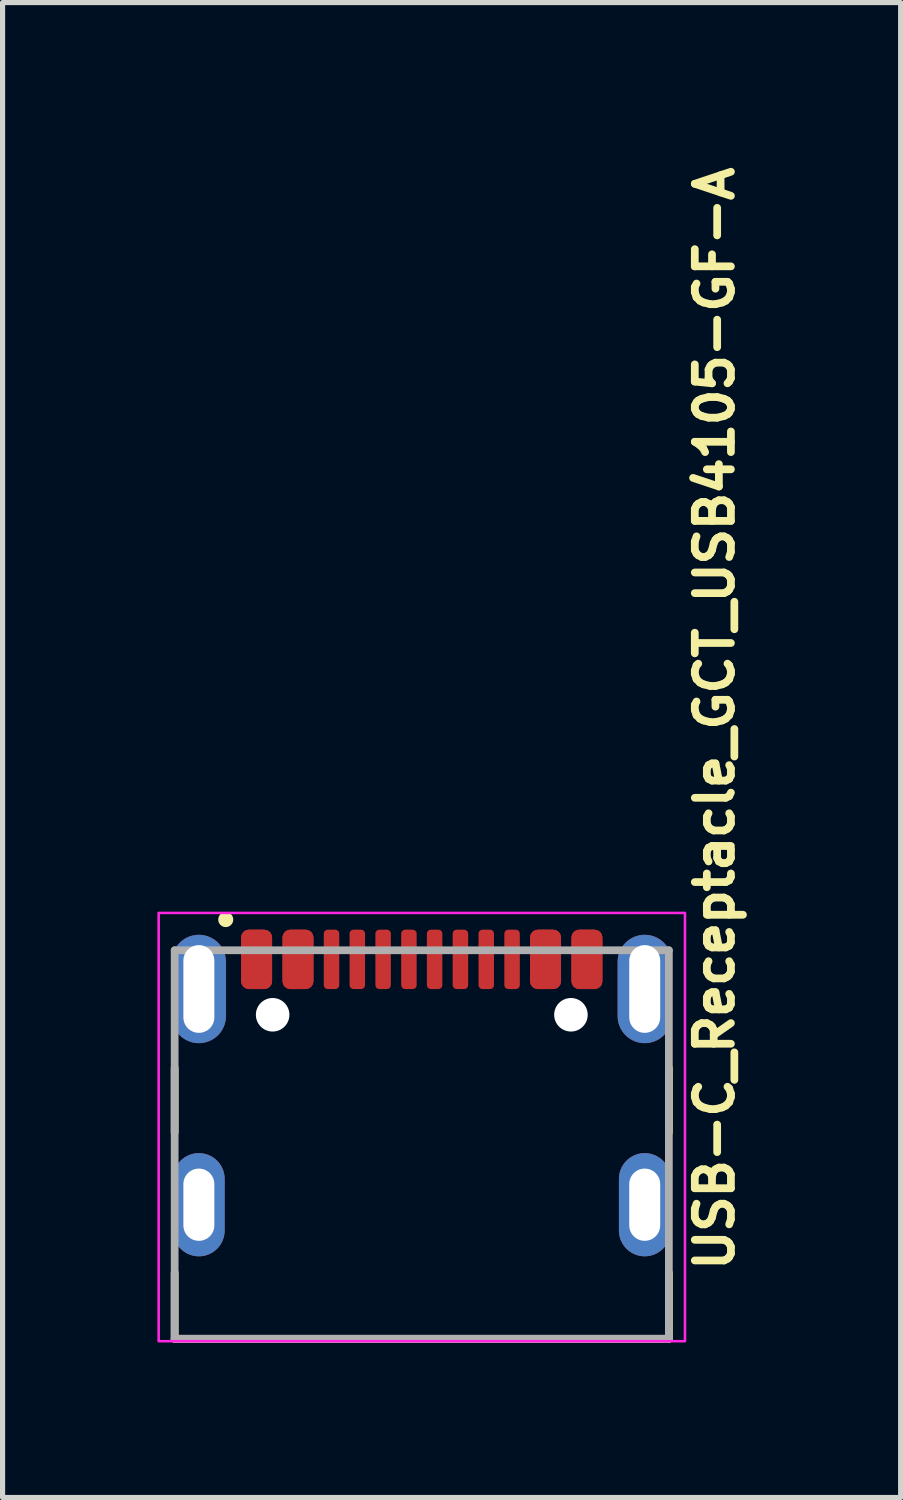
<source format=kicad_pcb>
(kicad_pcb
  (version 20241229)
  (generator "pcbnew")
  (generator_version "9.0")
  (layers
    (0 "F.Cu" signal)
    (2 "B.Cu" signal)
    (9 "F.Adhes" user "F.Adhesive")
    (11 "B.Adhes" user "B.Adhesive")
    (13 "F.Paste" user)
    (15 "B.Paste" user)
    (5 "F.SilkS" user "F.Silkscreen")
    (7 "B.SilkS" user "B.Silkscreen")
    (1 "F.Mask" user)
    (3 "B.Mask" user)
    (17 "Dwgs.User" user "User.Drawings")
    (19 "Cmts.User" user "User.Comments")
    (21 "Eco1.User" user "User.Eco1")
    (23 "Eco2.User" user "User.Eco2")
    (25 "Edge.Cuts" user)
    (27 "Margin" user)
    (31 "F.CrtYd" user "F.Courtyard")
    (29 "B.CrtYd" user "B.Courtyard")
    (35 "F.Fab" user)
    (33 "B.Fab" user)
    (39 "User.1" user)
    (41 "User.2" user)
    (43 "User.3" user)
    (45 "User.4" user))
  (footprint "USB-C_Receptacle_GCT_USB4105-GF-A"
    (layer "F.Cu")
    (at 5.125 19.043)
    (property "Reference" "USB-C_Receptacle_GCT_USB4105-GF-A" (at 6.084 2.601 90) (layer "F.SilkS") (effects (font (size 0.7 0.7) (thickness 0.15)) (justify left bottom)))
    (attr smd)
    (fp_line (start -4.79 -1.395) (end -4.79 -0.145) (stroke (width 0.15) (type solid)) (layer "F.SilkS"))
    (fp_line (start -4.79 2.575) (end -4.79 3.854) (stroke (width 0.15) (type solid)) (layer "F.SilkS"))
    (fp_line (start -4.79 3.854) (end 4.788 3.854) (stroke (width 0.15) (type solid)) (layer "F.SilkS"))
    (fp_line (start 4.788 -1.395) (end 4.788 -0.145) (stroke (width 0.15) (type solid)) (layer "F.SilkS"))
    (fp_line (start 4.788 3.854) (end 4.788 2.575) (stroke (width 0.15) (type solid)) (layer "F.SilkS"))
    (fp_circle (center -3.8 -4.271) (end -3.75 -4.221) (stroke (width 0.15) (type solid)) (fill yes) (layer "F.SilkS"))
    (fp_rect (start -5.1 -4.4) (end 5.1 3.9) (stroke (width 0.05) (type solid)) (fill no) (layer "F.CrtYd"))
    (fp_line (start -4.79 -3.676) (end 4.788 -3.676) (stroke (width 0.15) (type solid)) (layer "F.Fab"))
    (fp_line (start -4.79 3.854) (end -4.79 -3.676) (stroke (width 0.15) (type solid)) (layer "F.Fab"))
    (fp_line (start -4.702 3.854) (end 4.788 3.854) (stroke (width 0.15) (type solid)) (layer "F.Fab"))
    (fp_line (start 4.788 -3.676) (end 4.788 3.854) (stroke (width 0.15) (type solid)) (layer "F.Fab"))
    (fp_line (start 4.788 3.854) (end -4.79 3.854) (stroke (width 0.15) (type solid)) (layer "F.Fab"))
    (fp_rect (start -4.79 -3.856) (end 4.788 3.854) (stroke (width 0.1) (type solid)) (fill no) (layer "User.5"))
    (fp_line (start -4.79 -3.25) (end -4.79 -3.226) (stroke (width 0.02) (type solid)) (layer "User.9"))
    (fp_line (start -4.79 -3.226) (end -4.79 -2.077) (stroke (width 0.02) (type solid)) (layer "User.9"))
    (fp_line (start -4.79 -1.875) (end -4.79 -2.077) (stroke (width 0.02) (type solid)) (layer "User.9"))
    (fp_line (start -4.789 -3.273) (end -4.79 -3.25) (stroke (width 0.02) (type solid)) (layer "User.9"))
    (fp_line (start -4.786 -3.294) (end -4.789 -3.273) (stroke (width 0.02) (type solid)) (layer "User.9"))
    (fp_line (start -4.781 -3.317) (end -4.786 -3.294) (stroke (width 0.02) (type solid)) (layer "User.9"))
    (fp_line (start -4.776 -3.339) (end -4.781 -3.317) (stroke (width 0.02) (type solid)) (layer "User.9"))
    (fp_line (start -4.771 -3.359) (end -4.776 -3.339) (stroke (width 0.02) (type solid)) (layer "User.9"))
    (fp_line (start -4.763 -3.38) (end -4.771 -3.359) (stroke (width 0.02) (type solid)) (layer "User.9"))
    (fp_line (start -4.755 -3.402) (end -4.763 -3.38) (stroke (width 0.02) (type solid)) (layer "User.9"))
    (fp_line (start -4.747 -3.422) (end -4.755 -3.402) (stroke (width 0.02) (type solid)) (layer "User.9"))
    (fp_line (start -4.736 -3.44) (end -4.747 -3.422) (stroke (width 0.02) (type solid)) (layer "User.9"))
    (fp_line (start -4.726 -3.46) (end -4.736 -3.44) (stroke (width 0.02) (type solid)) (layer "User.9"))
    (fp_line (start -4.715 -3.477) (end -4.726 -3.46) (stroke (width 0.02) (type solid)) (layer "User.9"))
    (fp_line (start -4.702 -3.496) (end -4.715 -3.477) (stroke (width 0.02) (type solid)) (layer "User.9"))
    (fp_line (start -4.688 -3.512) (end -4.702 -3.496) (stroke (width 0.02) (type solid)) (layer "User.9"))
    (fp_line (start -4.675 -3.528) (end -4.688 -3.512) (stroke (width 0.02) (type solid)) (layer "User.9"))
    (fp_line (start -4.659 -3.544) (end -4.675 -3.528) (stroke (width 0.02) (type solid)) (layer "User.9"))
    (fp_line (start -4.643 -3.56) (end -4.659 -3.544) (stroke (width 0.02) (type solid)) (layer "User.9"))
    (fp_line (start -4.64 -1.875) (end -4.79 -1.875) (stroke (width 0.02) (type solid)) (layer "User.9"))
    (fp_line (start -4.64 -1.875) (end -4.6 -1.917) (stroke (width 0.02) (type solid)) (layer "User.9"))
    (fp_line (start -4.627 -3.573) (end -4.643 -3.56) (stroke (width 0.02) (type solid)) (layer "User.9"))
    (fp_line (start -4.611 -3.586) (end -4.627 -3.573) (stroke (width 0.02) (type solid)) (layer "User.9"))
    (fp_line (start -4.6 -1.917) (end -4.6 -1.917) (stroke (width 0.02) (type solid)) (layer "User.9"))
    (fp_line (start -4.6 -1.917) (end -4.491 -2.025) (stroke (width 0.02) (type solid)) (layer "User.9"))
    (fp_line (start -4.593 -3.6) (end -4.611 -3.586) (stroke (width 0.02) (type solid)) (layer "User.9"))
    (fp_line (start -4.574 -3.61) (end -4.593 -3.6) (stroke (width 0.02) (type solid)) (layer "User.9"))
    (fp_line (start -4.555 -3.621) (end -4.574 -3.61) (stroke (width 0.02) (type solid)) (layer "User.9"))
    (fp_line (start -4.537 -3.632) (end -4.555 -3.621) (stroke (width 0.02) (type solid)) (layer "User.9"))
    (fp_line (start -4.516 -3.641) (end -4.537 -3.632) (stroke (width 0.02) (type solid)) (layer "User.9"))
    (fp_line (start -4.496 -3.649) (end -4.516 -3.641) (stroke (width 0.02) (type solid)) (layer "User.9"))
    (fp_line (start -4.491 -3.242) (end -4.491 -3.234) (stroke (width 0.02) (type solid)) (layer "User.9"))
    (fp_line (start -4.491 -3.234) (end -4.491 -3.226) (stroke (width 0.02) (type solid)) (layer "User.9"))
    (fp_line (start -4.491 -3.226) (end -4.491 -2.077) (stroke (width 0.02) (type solid)) (layer "User.9"))
    (fp_line (start -4.491 -2.327) (end -4.47 -2.327) (stroke (width 0.02) (type solid)) (layer "User.9"))
    (fp_line (start -4.491 -2.025) (end -4.491 -2.077) (stroke (width 0.02) (type solid)) (layer "User.9"))
    (fp_line (start -4.489 -3.249) (end -4.491 -3.242) (stroke (width 0.02) (type solid)) (layer "User.9"))
    (fp_line (start -4.488 -3.257) (end -4.489 -3.249) (stroke (width 0.02) (type solid)) (layer "User.9"))
    (fp_line (start -4.486 -3.263) (end -4.488 -3.257) (stroke (width 0.02) (type solid)) (layer "User.9"))
    (fp_line (start -4.484 -3.27) (end -4.486 -3.263) (stroke (width 0.02) (type solid)) (layer "User.9"))
    (fp_line (start -4.481 -3.278) (end -4.484 -3.27) (stroke (width 0.02) (type solid)) (layer "User.9"))
    (fp_line (start -4.479 -3.285) (end -4.481 -3.278) (stroke (width 0.02) (type solid)) (layer "User.9"))
    (fp_line (start -4.476 -3.291) (end -4.479 -3.285) (stroke (width 0.02) (type solid)) (layer "User.9"))
    (fp_line (start -4.475 -3.656) (end -4.496 -3.649) (stroke (width 0.02) (type solid)) (layer "User.9"))
    (fp_line (start -4.473 -3.298) (end -4.476 -3.291) (stroke (width 0.02) (type solid)) (layer "User.9"))
    (fp_line (start -4.47 -3.303) (end -4.473 -3.298) (stroke (width 0.02) (type solid)) (layer "User.9"))
    (fp_line (start -4.47 -3.176) (end -4.47 -3.301) (stroke (width 0.02) (type solid)) (layer "User.9"))
    (fp_line (start -4.47 -3.176) (end -4.47 -3.125) (stroke (width 0.02) (type solid)) (layer "User.9"))
    (fp_line (start -4.47 -3.125) (end -4.47 3.854) (stroke (width 0.02) (type solid)) (layer "User.9"))
    (fp_line (start -4.47 -2.952) (end -4.491 -2.923) (stroke (width 0.02) (type solid)) (layer "User.9"))
    (fp_line (start -4.465 -3.31) (end -4.47 -3.303) (stroke (width 0.02) (type solid)) (layer "User.9"))
    (fp_line (start -4.462 -3.315) (end -4.465 -3.31) (stroke (width 0.02) (type solid)) (layer "User.9"))
    (fp_line (start -4.462 -3.125) (end -4.47 -3.125) (stroke (width 0.02) (type solid)) (layer "User.9"))
    (fp_line (start -4.462 -3.125) (end -4.462 -3.125) (stroke (width 0.02) (type solid)) (layer "User.9"))
    (fp_line (start -4.462 3.854) (end -4.47 3.854) (stroke (width 0.02) (type solid)) (layer "User.9"))
    (fp_line (start -4.462 3.854) (end -4.462 3.854) (stroke (width 0.02) (type solid)) (layer "User.9"))
    (fp_line (start -4.457 -3.322) (end -4.462 -3.315) (stroke (width 0.02) (type solid)) (layer "User.9"))
    (fp_line (start -4.454 -3.661) (end -4.475 -3.656) (stroke (width 0.02) (type solid)) (layer "User.9"))
    (fp_line (start -4.452 -3.326) (end -4.457 -3.322) (stroke (width 0.02) (type solid)) (layer "User.9"))
    (fp_line (start -4.447 -3.332) (end -4.452 -3.326) (stroke (width 0.02) (type solid)) (layer "User.9"))
    (fp_line (start -4.441 -3.338) (end -4.447 -3.332) (stroke (width 0.02) (type solid)) (layer "User.9"))
    (fp_line (start -4.438 -3.125) (end -4.462 -3.125) (stroke (width 0.02) (type solid)) (layer "User.9"))
    (fp_line (start -4.438 -3.125) (end -4.438 -3.125) (stroke (width 0.02) (type solid)) (layer "User.9"))
    (fp_line (start -4.438 3.854) (end -4.462 3.854) (stroke (width 0.02) (type solid)) (layer "User.9"))
    (fp_line (start -4.438 3.854) (end -4.438 3.854) (stroke (width 0.02) (type solid)) (layer "User.9"))
    (fp_line (start -4.436 -3.342) (end -4.441 -3.338) (stroke (width 0.02) (type solid)) (layer "User.9"))
    (fp_line (start -4.431 -3.666) (end -4.454 -3.661) (stroke (width 0.02) (type solid)) (layer "User.9"))
    (fp_line (start -4.43 -3.347) (end -4.436 -3.342) (stroke (width 0.02) (type solid)) (layer "User.9"))
    (fp_line (start -4.425 -3.351) (end -4.43 -3.347) (stroke (width 0.02) (type solid)) (layer "User.9"))
    (fp_line (start -4.419 -3.355) (end -4.425 -3.351) (stroke (width 0.02) (type solid)) (layer "User.9"))
    (fp_line (start -4.412 -3.358) (end -4.419 -3.355) (stroke (width 0.02) (type solid)) (layer "User.9"))
    (fp_line (start -4.409 -3.67) (end -4.431 -3.666) (stroke (width 0.02) (type solid)) (layer "User.9"))
    (fp_line (start -4.406 -3.362) (end -4.412 -3.358) (stroke (width 0.02) (type solid)) (layer "User.9"))
    (fp_line (start -4.399 -3.364) (end -4.406 -3.362) (stroke (width 0.02) (type solid)) (layer "User.9"))
    (fp_line (start -4.399 -3.125) (end -4.438 -3.125) (stroke (width 0.02) (type solid)) (layer "User.9"))
    (fp_line (start -4.399 -3.125) (end -4.399 -3.125) (stroke (width 0.02) (type solid)) (layer "User.9"))
    (fp_line (start -4.399 3.854) (end -4.438 3.854) (stroke (width 0.02) (type solid)) (layer "User.9"))
    (fp_line (start -4.399 3.854) (end -4.399 3.854) (stroke (width 0.02) (type solid)) (layer "User.9"))
    (fp_line (start -4.393 -3.367) (end -4.399 -3.364) (stroke (width 0.02) (type solid)) (layer "User.9"))
    (fp_line (start -4.388 -3.673) (end -4.409 -3.67) (stroke (width 0.02) (type solid)) (layer "User.9"))
    (fp_line (start -4.385 -3.37) (end -4.393 -3.367) (stroke (width 0.02) (type solid)) (layer "User.9"))
    (fp_line (start -4.379 -3.371) (end -4.385 -3.37) (stroke (width 0.02) (type solid)) (layer "User.9"))
    (fp_line (start -4.372 -3.372) (end -4.379 -3.371) (stroke (width 0.02) (type solid)) (layer "User.9"))
    (fp_line (start -4.364 -3.676) (end -4.388 -3.673) (stroke (width 0.02) (type solid)) (layer "User.9"))
    (fp_line (start -4.364 -3.375) (end -4.372 -3.372) (stroke (width 0.02) (type solid)) (layer "User.9"))
    (fp_line (start -4.363 -3.285) (end -4.47 -3.176) (stroke (width 0.02) (type solid)) (layer "User.9"))
    (fp_line (start -4.363 -3.285) (end -4.363 -3.285) (stroke (width 0.02) (type solid)) (layer "User.9"))
    (fp_line (start -4.356 -3.375) (end -4.364 -3.375) (stroke (width 0.02) (type solid)) (layer "User.9"))
    (fp_line (start -4.348 -3.375) (end -4.356 -3.375) (stroke (width 0.02) (type solid)) (layer "User.9"))
    (fp_line (start -4.345 -3.125) (end -4.399 -3.125) (stroke (width 0.02) (type solid)) (layer "User.9"))
    (fp_line (start -4.345 -3.125) (end -4.345 -3.125) (stroke (width 0.02) (type solid)) (layer "User.9"))
    (fp_line (start -4.345 3.854) (end -4.399 3.854) (stroke (width 0.02) (type solid)) (layer "User.9"))
    (fp_line (start -4.345 3.854) (end -4.345 3.854) (stroke (width 0.02) (type solid)) (layer "User.9"))
    (fp_line (start -4.34 -3.676) (end -4.364 -3.676) (stroke (width 0.02) (type solid)) (layer "User.9"))
    (fp_line (start -4.34 -3.676) (end -4.321 -3.676) (stroke (width 0.02) (type solid)) (layer "User.9"))
    (fp_line (start -4.34 -3.375) (end -4.348 -3.375) (stroke (width 0.02) (type solid)) (layer "User.9"))
    (fp_line (start -4.34 -3.375) (end -4.321 -3.375) (stroke (width 0.02) (type solid)) (layer "User.9"))
    (fp_line (start -4.321 -3.676) (end -4.314 -3.676) (stroke (width 0.02) (type solid)) (layer "User.9"))
    (fp_line (start -4.321 -3.375) (end -4.321 -3.676) (stroke (width 0.02) (type solid)) (layer "User.9"))
    (fp_line (start -4.321 -3.375) (end -4.321 -3.326) (stroke (width 0.02) (type solid)) (layer "User.9"))
    (fp_line (start -4.321 -3.375) (end -4.314 -3.375) (stroke (width 0.02) (type solid)) (layer "User.9"))
    (fp_line (start -4.321 -3.326) (end -4.363 -3.285) (stroke (width 0.02) (type solid)) (layer "User.9"))
    (fp_line (start -4.314 -3.676) (end -4.314 -3.676) (stroke (width 0.02) (type solid)) (layer "User.9"))
    (fp_line (start -4.314 -3.676) (end -4.297 -3.676) (stroke (width 0.02) (type solid)) (layer "User.9"))
    (fp_line (start -4.314 -3.375) (end -4.314 -3.375) (stroke (width 0.02) (type solid)) (layer "User.9"))
    (fp_line (start -4.314 -3.375) (end -4.297 -3.375) (stroke (width 0.02) (type solid)) (layer "User.9"))
    (fp_line (start -4.297 -3.676) (end -4.297 -3.676) (stroke (width 0.02) (type solid)) (layer "User.9"))
    (fp_line (start -4.297 -3.676) (end -4.268 -3.676) (stroke (width 0.02) (type solid)) (layer "User.9"))
    (fp_line (start -4.297 -3.375) (end -4.297 -3.375) (stroke (width 0.02) (type solid)) (layer "User.9"))
    (fp_line (start -4.297 -3.375) (end -4.268 -3.375) (stroke (width 0.02) (type solid)) (layer "User.9"))
    (fp_line (start -4.274 -3.125) (end -4.345 -3.125) (stroke (width 0.02) (type solid)) (layer "User.9"))
    (fp_line (start -4.274 -3.125) (end -4.274 -3.125) (stroke (width 0.02) (type solid)) (layer "User.9"))
    (fp_line (start -4.274 3.854) (end -4.345 3.854) (stroke (width 0.02) (type solid)) (layer "User.9"))
    (fp_line (start -4.274 3.854) (end -4.274 3.854) (stroke (width 0.02) (type solid)) (layer "User.9"))
    (fp_line (start -4.268 -3.676) (end -4.268 -3.676) (stroke (width 0.02) (type solid)) (layer "User.9"))
    (fp_line (start -4.268 -3.676) (end -4.225 -3.676) (stroke (width 0.02) (type solid)) (layer "User.9"))
    (fp_line (start -4.268 -3.375) (end -4.268 -3.375) (stroke (width 0.02) (type solid)) (layer "User.9"))
    (fp_line (start -4.268 -3.375) (end -4.225 -3.375) (stroke (width 0.02) (type solid)) (layer "User.9"))
    (fp_line (start -4.225 -3.676) (end -4.225 -3.676) (stroke (width 0.02) (type solid)) (layer "User.9"))
    (fp_line (start -4.225 -3.676) (end -4.173 -3.676) (stroke (width 0.02) (type solid)) (layer "User.9"))
    (fp_line (start -4.225 -3.375) (end -4.225 -3.375) (stroke (width 0.02) (type solid)) (layer "User.9"))
    (fp_line (start -4.225 -3.375) (end -4.173 -3.375) (stroke (width 0.02) (type solid)) (layer "User.9"))
    (fp_line (start -4.191 -3.125) (end -4.274 -3.125) (stroke (width 0.02) (type solid)) (layer "User.9"))
    (fp_line (start -4.191 -3.125) (end -4.191 -3.125) (stroke (width 0.02) (type solid)) (layer "User.9"))
    (fp_line (start -4.191 3.854) (end -4.274 3.854) (stroke (width 0.02) (type solid)) (layer "User.9"))
    (fp_line (start -4.191 3.854) (end -4.191 3.854) (stroke (width 0.02) (type solid)) (layer "User.9"))
    (fp_line (start -4.173 -3.676) (end -4.173 -3.676) (stroke (width 0.02) (type solid)) (layer "User.9"))
    (fp_line (start -4.173 -3.676) (end -4.111 -3.676) (stroke (width 0.02) (type solid)) (layer "User.9"))
    (fp_line (start -4.173 -3.375) (end -4.173 -3.375) (stroke (width 0.02) (type solid)) (layer "User.9"))
    (fp_line (start -4.173 -3.375) (end -4.111 -3.375) (stroke (width 0.02) (type solid)) (layer "User.9"))
    (fp_line (start -4.17 -3.375) (end -4.17 -3.326) (stroke (width 0.02) (type solid)) (layer "User.9"))
    (fp_line (start -4.17 -3.326) (end -4.321 -3.326) (stroke (width 0.02) (type solid)) (layer "User.9"))
    (fp_line (start -4.17 -3.326) (end -4.17 -3.176) (stroke (width 0.02) (type solid)) (layer "User.9"))
    (fp_line (start -4.17 -3.176) (end -3.972 -3.375) (stroke (width 0.02) (type solid)) (layer "User.9"))
    (fp_line (start -4.17 -3.125) (end -4.17 -3.176) (stroke (width 0.02) (type solid)) (layer "User.9"))
    (fp_line (start -4.164 -3.176) (end -4.17 -3.176) (stroke (width 0.02) (type solid)) (layer "User.9"))
    (fp_line (start -4.164 -3.176) (end -4.164 -3.176) (stroke (width 0.02) (type solid)) (layer "User.9"))
    (fp_line (start -4.146 -3.176) (end -4.164 -3.176) (stroke (width 0.02) (type solid)) (layer "User.9"))
    (fp_line (start -4.146 -3.176) (end -4.146 -3.176) (stroke (width 0.02) (type solid)) (layer "User.9"))
    (fp_line (start -4.116 -3.176) (end -4.146 -3.176) (stroke (width 0.02) (type solid)) (layer "User.9"))
    (fp_line (start -4.116 -3.176) (end -4.116 -3.176) (stroke (width 0.02) (type solid)) (layer "User.9"))
    (fp_line (start -4.111 -3.676) (end -4.111 -3.676) (stroke (width 0.02) (type solid)) (layer "User.9"))
    (fp_line (start -4.111 -3.676) (end -4.037 -3.676) (stroke (width 0.02) (type solid)) (layer "User.9"))
    (fp_line (start -4.111 -3.375) (end -4.111 -3.375) (stroke (width 0.02) (type solid)) (layer "User.9"))
    (fp_line (start -4.111 -3.375) (end -4.037 -3.375) (stroke (width 0.02) (type solid)) (layer "User.9"))
    (fp_line (start -4.096 -3.125) (end -4.191 -3.125) (stroke (width 0.02) (type solid)) (layer "User.9"))
    (fp_line (start -4.096 -3.125) (end -4.096 -3.125) (stroke (width 0.02) (type solid)) (layer "User.9"))
    (fp_line (start -4.096 3.854) (end -4.191 3.854) (stroke (width 0.02) (type solid)) (layer "User.9"))
    (fp_line (start -4.096 3.854) (end -4.096 3.854) (stroke (width 0.02) (type solid)) (layer "User.9"))
    (fp_line (start -4.074 -3.176) (end -4.116 -3.176) (stroke (width 0.02) (type solid)) (layer "User.9"))
    (fp_line (start -4.074 -3.176) (end -4.074 -3.176) (stroke (width 0.02) (type solid)) (layer "User.9"))
    (fp_line (start -4.037 -3.676) (end -4.037 -3.676) (stroke (width 0.02) (type solid)) (layer "User.9"))
    (fp_line (start -4.037 -3.676) (end -3.955 -3.676) (stroke (width 0.02) (type solid)) (layer "User.9"))
    (fp_line (start -4.037 -3.375) (end -4.037 -3.375) (stroke (width 0.02) (type solid)) (layer "User.9"))
    (fp_line (start -4.037 -3.375) (end -3.955 -3.375) (stroke (width 0.02) (type solid)) (layer "User.9"))
    (fp_line (start -4.021 -3.176) (end -4.074 -3.176) (stroke (width 0.02) (type solid)) (layer "User.9"))
    (fp_line (start -4.021 -3.176) (end -4.021 -3.176) (stroke (width 0.02) (type solid)) (layer "User.9"))
    (fp_line (start -3.989 -3.125) (end -4.096 -3.125) (stroke (width 0.02) (type solid)) (layer "User.9"))
    (fp_line (start -3.989 -3.125) (end -3.989 -3.125) (stroke (width 0.02) (type solid)) (layer "User.9"))
    (fp_line (start -3.989 3.854) (end -4.096 3.854) (stroke (width 0.02) (type solid)) (layer "User.9"))
    (fp_line (start -3.989 3.854) (end -3.989 3.854) (stroke (width 0.02) (type solid)) (layer "User.9"))
    (fp_line (start -3.958 -3.176) (end -4.021 -3.176) (stroke (width 0.02) (type solid)) (layer "User.9"))
    (fp_line (start -3.958 -3.176) (end -3.958 -3.176) (stroke (width 0.02) (type solid)) (layer "User.9"))
    (fp_line (start -3.955 -3.676) (end -3.955 -3.676) (stroke (width 0.02) (type solid)) (layer "User.9"))
    (fp_line (start -3.955 -3.676) (end -3.769 -3.676) (stroke (width 0.02) (type solid)) (layer "User.9"))
    (fp_line (start -3.955 -3.375) (end -3.955 -3.375) (stroke (width 0.02) (type solid)) (layer "User.9"))
    (fp_line (start -3.955 -3.375) (end -3.769 -3.375) (stroke (width 0.02) (type solid)) (layer "User.9"))
    (fp_line (start -3.883 -3.176) (end -3.958 -3.176) (stroke (width 0.02) (type solid)) (layer "User.9"))
    (fp_line (start -3.883 -3.176) (end -3.883 -3.176) (stroke (width 0.02) (type solid)) (layer "User.9"))
    (fp_line (start -3.871 -3.125) (end -3.989 -3.125) (stroke (width 0.02) (type solid)) (layer "User.9"))
    (fp_line (start -3.871 -3.125) (end -3.871 -3.125) (stroke (width 0.02) (type solid)) (layer "User.9"))
    (fp_line (start -3.871 3.854) (end -3.989 3.854) (stroke (width 0.02) (type solid)) (layer "User.9"))
    (fp_line (start -3.871 3.854) (end -3.871 3.854) (stroke (width 0.02) (type solid)) (layer "User.9"))
    (fp_line (start -3.769 -3.676) (end -3.769 -3.676) (stroke (width 0.02) (type solid)) (layer "User.9"))
    (fp_line (start -3.769 -3.676) (end -3.33 -3.676) (stroke (width 0.02) (type solid)) (layer "User.9"))
    (fp_line (start -3.769 -3.375) (end -3.769 -3.375) (stroke (width 0.02) (type solid)) (layer "User.9"))
    (fp_line (start -3.769 -3.375) (end -3.33 -3.375) (stroke (width 0.02) (type solid)) (layer "User.9"))
    (fp_line (start -3.713 -3.176) (end -3.883 -3.176) (stroke (width 0.02) (type solid)) (layer "User.9"))
    (fp_line (start -3.713 -3.176) (end -3.713 -3.176) (stroke (width 0.02) (type solid)) (layer "User.9"))
    (fp_line (start -3.613 -3.125) (end -3.871 -3.125) (stroke (width 0.02) (type solid)) (layer "User.9"))
    (fp_line (start -3.613 -3.125) (end -3.613 -3.125) (stroke (width 0.02) (type solid)) (layer "User.9"))
    (fp_line (start -3.613 3.854) (end -3.871 3.854) (stroke (width 0.02) (type solid)) (layer "User.9"))
    (fp_line (start -3.613 3.854) (end -3.613 3.854) (stroke (width 0.02) (type solid)) (layer "User.9"))
    (fp_line (start -3.515 -3.176) (end -3.713 -3.176) (stroke (width 0.02) (type solid)) (layer "User.9"))
    (fp_line (start -3.515 -3.176) (end -3.515 -3.176) (stroke (width 0.02) (type solid)) (layer "User.9"))
    (fp_line (start -3.451 -3.856) (end -3.451 -3.676) (stroke (width 0.02) (type solid)) (layer "User.9"))
    (fp_line (start -3.451 -3.856) (end -3.21 -3.856) (stroke (width 0.02) (type solid)) (layer "User.9"))
    (fp_line (start -3.33 -3.676) (end -3.293 -3.676) (stroke (width 0.02) (type solid)) (layer "User.9"))
    (fp_line (start -3.33 -3.375) (end -3.293 -3.375) (stroke (width 0.02) (type solid)) (layer "User.9"))
    (fp_line (start -3.293 -3.676) (end -3.009 -3.676) (stroke (width 0.02) (type solid)) (layer "User.9"))
    (fp_line (start -3.293 -3.375) (end -3.009 -3.375) (stroke (width 0.02) (type solid)) (layer "User.9"))
    (fp_line (start -3.21 -3.856) (end -3.21 -3.676) (stroke (width 0.02) (type solid)) (layer "User.9"))
    (fp_line (start -3.19 -3.856) (end -3.19 -3.676) (stroke (width 0.02) (type solid)) (layer "User.9"))
    (fp_line (start -3.19 -3.856) (end -2.952 -3.856) (stroke (width 0.02) (type solid)) (layer "User.9"))
    (fp_line (start -3.19 -3.176) (end -3.515 -3.176) (stroke (width 0.02) (type solid)) (layer "User.9"))
    (fp_line (start -3.19 -3.125) (end -3.613 -3.125) (stroke (width 0.02) (type solid)) (layer "User.9"))
    (fp_line (start -3.19 3.854) (end -3.613 3.854) (stroke (width 0.02) (type solid)) (layer "User.9"))
    (fp_line (start -3.009 -3.676) (end -2.868 -3.676) (stroke (width 0.02) (type solid)) (layer "User.9"))
    (fp_line (start -3.009 -3.375) (end -2.868 -3.375) (stroke (width 0.02) (type solid)) (layer "User.9"))
    (fp_line (start -2.952 -3.856) (end -2.952 -3.676) (stroke (width 0.02) (type solid)) (layer "User.9"))
    (fp_line (start -2.868 -3.676) (end -2.609 -3.676) (stroke (width 0.02) (type solid)) (layer "User.9"))
    (fp_line (start -2.868 -3.375) (end -2.609 -3.375) (stroke (width 0.02) (type solid)) (layer "User.9"))
    (fp_line (start -2.709 -3.125) (end -3.19 -3.125) (stroke (width 0.02) (type solid)) (layer "User.9"))
    (fp_line (start -2.703 -3.126) (end -2.709 -3.126) (stroke (width 0.02) (type solid)) (layer "User.9"))
    (fp_line (start -2.698 -3.126) (end -2.703 -3.126) (stroke (width 0.02) (type solid)) (layer "User.9"))
    (fp_line (start -2.694 -3.128) (end -2.698 -3.126) (stroke (width 0.02) (type solid)) (layer "User.9"))
    (fp_line (start -2.689 -3.129) (end -2.694 -3.128) (stroke (width 0.02) (type solid)) (layer "User.9"))
    (fp_line (start -2.684 -3.129) (end -2.689 -3.129) (stroke (width 0.02) (type solid)) (layer "User.9"))
    (fp_line (start -2.678 -3.13) (end -2.684 -3.129) (stroke (width 0.02) (type solid)) (layer "User.9"))
    (fp_line (start -2.674 -3.133) (end -2.678 -3.13) (stroke (width 0.02) (type solid)) (layer "User.9"))
    (fp_line (start -2.669 -3.133) (end -2.674 -3.133) (stroke (width 0.02) (type solid)) (layer "User.9"))
    (fp_line (start -2.665 -3.136) (end -2.669 -3.133) (stroke (width 0.02) (type solid)) (layer "User.9"))
    (fp_line (start -2.661 -3.138) (end -2.665 -3.136) (stroke (width 0.02) (type solid)) (layer "User.9"))
    (fp_line (start -2.657 -3.141) (end -2.661 -3.138) (stroke (width 0.02) (type solid)) (layer "User.9"))
    (fp_line (start -2.653 -3.144) (end -2.657 -3.141) (stroke (width 0.02) (type solid)) (layer "User.9"))
    (fp_line (start -2.65 -3.856) (end -2.65 -3.676) (stroke (width 0.02) (type solid)) (layer "User.9"))
    (fp_line (start -2.65 -3.856) (end -2.411 -3.856) (stroke (width 0.02) (type solid)) (layer "User.9"))
    (fp_line (start -2.65 -1.426) (end -2.65 -1.401) (stroke (width 0.02) (type solid)) (layer "User.9"))
    (fp_line (start -2.65 -1.426) (end -1.351 -1.426) (stroke (width 0.02) (type solid)) (layer "User.9"))
    (fp_line (start -2.65 -1.401) (end -2.65 -1.426) (stroke (width 0.02) (type solid)) (layer "User.9"))
    (fp_line (start -2.65 -1.401) (end -2.564 -1.401) (stroke (width 0.02) (type solid)) (layer "User.9"))
    (fp_line (start -2.65 -0.951) (end -2.65 -0.927) (stroke (width 0.02) (type solid)) (layer "User.9"))
    (fp_line (start -2.65 -0.927) (end -1.351 -0.927) (stroke (width 0.02) (type solid)) (layer "User.9"))
    (fp_line (start -2.649 -3.145) (end -2.653 -3.144) (stroke (width 0.02) (type solid)) (layer "User.9"))
    (fp_line (start -2.645 -3.149) (end -2.649 -3.145) (stroke (width 0.02) (type solid)) (layer "User.9"))
    (fp_line (start -2.641 -3.152) (end -2.645 -3.149) (stroke (width 0.02) (type solid)) (layer "User.9"))
    (fp_line (start -2.637 -3.156) (end -2.641 -3.152) (stroke (width 0.02) (type solid)) (layer "User.9"))
    (fp_line (start -2.634 -3.158) (end -2.637 -3.156) (stroke (width 0.02) (type solid)) (layer "User.9"))
    (fp_line (start -2.632 -3.162) (end -2.634 -3.158) (stroke (width 0.02) (type solid)) (layer "User.9"))
    (fp_line (start -2.629 -3.166) (end -2.632 -3.162) (stroke (width 0.02) (type solid)) (layer "User.9"))
    (fp_line (start -2.625 -3.17) (end -2.629 -3.166) (stroke (width 0.02) (type solid)) (layer "User.9"))
    (fp_line (start -2.622 -3.174) (end -2.625 -3.17) (stroke (width 0.02) (type solid)) (layer "User.9"))
    (fp_line (start -2.621 -3.178) (end -2.622 -3.174) (stroke (width 0.02) (type solid)) (layer "User.9"))
    (fp_line (start -2.621 -3.176) (end -3.19 -3.176) (stroke (width 0.02) (type solid)) (layer "User.9"))
    (fp_line (start -2.618 -3.182) (end -2.621 -3.178) (stroke (width 0.02) (type solid)) (layer "User.9"))
    (fp_line (start -2.617 -3.188) (end -2.618 -3.182) (stroke (width 0.02) (type solid)) (layer "User.9"))
    (fp_line (start -2.614 -3.192) (end -2.617 -3.188) (stroke (width 0.02) (type solid)) (layer "User.9"))
    (fp_line (start -2.613 -3.197) (end -2.614 -3.192) (stroke (width 0.02) (type solid)) (layer "User.9"))
    (fp_line (start -2.612 -3.202) (end -2.613 -3.197) (stroke (width 0.02) (type solid)) (layer "User.9"))
    (fp_line (start -2.61 -3.206) (end -2.612 -3.202) (stroke (width 0.02) (type solid)) (layer "User.9"))
    (fp_line (start -2.609 -3.676) (end -1.744 -3.676) (stroke (width 0.02) (type solid)) (layer "User.9"))
    (fp_line (start -2.609 -3.544) (end -2.609 -3.676) (stroke (width 0.02) (type solid)) (layer "User.9"))
    (fp_line (start -2.609 -3.544) (end -2.609 -3.544) (stroke (width 0.02) (type solid)) (layer "User.9"))
    (fp_line (start -2.609 -3.226) (end -2.609 -3.544) (stroke (width 0.02) (type solid)) (layer "User.9"))
    (fp_line (start -2.609 -3.226) (end -2.609 -3.221) (stroke (width 0.02) (type solid)) (layer "User.9"))
    (fp_line (start -2.609 -3.221) (end -2.609 -3.215) (stroke (width 0.02) (type solid)) (layer "User.9"))
    (fp_line (start -2.609 -3.215) (end -2.609 -3.21) (stroke (width 0.02) (type solid)) (layer "User.9"))
    (fp_line (start -2.609 -3.21) (end -2.61 -3.206) (stroke (width 0.02) (type solid)) (layer "User.9"))
    (fp_line (start -2.564 -0.951) (end -2.65 -0.951) (stroke (width 0.02) (type solid)) (layer "User.9"))
    (fp_line (start -2.411 -3.856) (end -2.411 -3.676) (stroke (width 0.02) (type solid)) (layer "User.9"))
    (fp_line (start -2.391 -3.856) (end -2.391 -3.676) (stroke (width 0.02) (type solid)) (layer "User.9"))
    (fp_line (start -2.391 -3.856) (end -2.15 -3.856) (stroke (width 0.02) (type solid)) (layer "User.9"))
    (fp_line (start -2.234 -1.401) (end -2.564 -1.401) (stroke (width 0.02) (type solid)) (layer "User.9"))
    (fp_line (start -2.234 -0.951) (end -2.564 -0.951) (stroke (width 0.02) (type solid)) (layer "User.9"))
    (fp_line (start -2.15 -3.856) (end -2.15 -3.676) (stroke (width 0.02) (type solid)) (layer "User.9"))
    (fp_line (start -2.148 -1.401) (end -2.234 -1.401) (stroke (width 0.02) (type solid)) (layer "User.9"))
    (fp_line (start -2.148 -0.951) (end -2.234 -0.951) (stroke (width 0.02) (type solid)) (layer "User.9"))
    (fp_line (start -2.101 -1.401) (end -2.148 -1.401) (stroke (width 0.02) (type solid)) (layer "User.9"))
    (fp_line (start -2.101 -0.951) (end -2.148 -0.951) (stroke (width 0.02) (type solid)) (layer "User.9"))
    (fp_line (start -1.901 -1.401) (end -2.101 -1.401) (stroke (width 0.02) (type solid)) (layer "User.9"))
    (fp_line (start -1.901 -0.951) (end -2.101 -0.951) (stroke (width 0.02) (type solid)) (layer "User.9"))
    (fp_line (start -1.855 -1.401) (end -1.901 -1.401) (stroke (width 0.02) (type solid)) (layer "User.9"))
    (fp_line (start -1.855 -0.951) (end -1.901 -0.951) (stroke (width 0.02) (type solid)) (layer "User.9"))
    (fp_line (start -1.851 -3.856) (end -1.851 -3.676) (stroke (width 0.02) (type solid)) (layer "User.9"))
    (fp_line (start -1.851 -3.856) (end -1.651 -3.856) (stroke (width 0.02) (type solid)) (layer "User.9"))
    (fp_line (start -1.768 -1.401) (end -1.855 -1.401) (stroke (width 0.02) (type solid)) (layer "User.9"))
    (fp_line (start -1.768 -0.951) (end -1.855 -0.951) (stroke (width 0.02) (type solid)) (layer "User.9"))
    (fp_line (start -1.744 -3.676) (end -1.744 -3.544) (stroke (width 0.02) (type solid)) (layer "User.9"))
    (fp_line (start -1.744 -3.676) (end -1.593 -3.676) (stroke (width 0.02) (type solid)) (layer "User.9"))
    (fp_line (start -1.744 -3.544) (end -1.744 -3.544) (stroke (width 0.02) (type solid)) (layer "User.9"))
    (fp_line (start -1.744 -3.544) (end -1.744 -3.226) (stroke (width 0.02) (type solid)) (layer "User.9"))
    (fp_line (start -1.744 -3.375) (end 1.741 -3.375) (stroke (width 0.02) (type solid)) (layer "User.9"))
    (fp_line (start -1.744 -3.221) (end -1.744 -3.226) (stroke (width 0.02) (type solid)) (layer "User.9"))
    (fp_line (start -1.742 -3.215) (end -1.744 -3.221) (stroke (width 0.02) (type solid)) (layer "User.9"))
    (fp_line (start -1.742 -3.21) (end -1.742 -3.215) (stroke (width 0.02) (type solid)) (layer "User.9"))
    (fp_line (start -1.742 -3.206) (end -1.742 -3.21) (stroke (width 0.02) (type solid)) (layer "User.9"))
    (fp_line (start -1.74 -3.202) (end -1.742 -3.206) (stroke (width 0.02) (type solid)) (layer "User.9"))
    (fp_line (start -1.74 -3.197) (end -1.74 -3.202) (stroke (width 0.02) (type solid)) (layer "User.9"))
    (fp_line (start -1.738 -3.192) (end -1.74 -3.197) (stroke (width 0.02) (type solid)) (layer "User.9"))
    (fp_line (start -1.736 -3.188) (end -1.738 -3.192) (stroke (width 0.02) (type solid)) (layer "User.9"))
    (fp_line (start -1.734 -3.182) (end -1.736 -3.188) (stroke (width 0.02) (type solid)) (layer "User.9"))
    (fp_line (start -1.732 -3.178) (end -1.734 -3.182) (stroke (width 0.02) (type solid)) (layer "User.9"))
    (fp_line (start -1.73 -3.174) (end -1.732 -3.178) (stroke (width 0.02) (type solid)) (layer "User.9"))
    (fp_line (start -1.726 -3.17) (end -1.73 -3.174) (stroke (width 0.02) (type solid)) (layer "User.9"))
    (fp_line (start -1.724 -3.166) (end -1.726 -3.17) (stroke (width 0.02) (type solid)) (layer "User.9"))
    (fp_line (start -1.72 -3.162) (end -1.724 -3.166) (stroke (width 0.02) (type solid)) (layer "User.9"))
    (fp_line (start -1.718 -3.158) (end -1.72 -3.162) (stroke (width 0.02) (type solid)) (layer "User.9"))
    (fp_line (start -1.714 -3.156) (end -1.718 -3.158) (stroke (width 0.02) (type solid)) (layer "User.9"))
    (fp_line (start -1.71 -3.152) (end -1.714 -3.156) (stroke (width 0.02) (type solid)) (layer "User.9"))
    (fp_line (start -1.708 -3.149) (end -1.71 -3.152) (stroke (width 0.02) (type solid)) (layer "User.9"))
    (fp_line (start -1.704 -3.145) (end -1.708 -3.149) (stroke (width 0.02) (type solid)) (layer "User.9"))
    (fp_line (start -1.7 -3.144) (end -1.704 -3.145) (stroke (width 0.02) (type solid)) (layer "User.9"))
    (fp_line (start -1.696 -3.141) (end -1.7 -3.144) (stroke (width 0.02) (type solid)) (layer "User.9"))
    (fp_line (start -1.692 -3.138) (end -1.696 -3.141) (stroke (width 0.02) (type solid)) (layer "User.9"))
    (fp_line (start -1.686 -3.136) (end -1.692 -3.138) (stroke (width 0.02) (type solid)) (layer "User.9"))
    (fp_line (start -1.682 -3.133) (end -1.686 -3.136) (stroke (width 0.02) (type solid)) (layer "User.9"))
    (fp_line (start -1.678 -3.133) (end -1.682 -3.133) (stroke (width 0.02) (type solid)) (layer "User.9"))
    (fp_line (start -1.674 -3.13) (end -1.678 -3.133) (stroke (width 0.02) (type solid)) (layer "User.9"))
    (fp_line (start -1.668 -3.129) (end -1.674 -3.13) (stroke (width 0.02) (type solid)) (layer "User.9"))
    (fp_line (start -1.663 -3.129) (end -1.668 -3.129) (stroke (width 0.02) (type solid)) (layer "User.9"))
    (fp_line (start -1.659 -3.128) (end -1.663 -3.129) (stroke (width 0.02) (type solid)) (layer "User.9"))
    (fp_line (start -1.653 -3.126) (end -1.659 -3.128) (stroke (width 0.02) (type solid)) (layer "User.9"))
    (fp_line (start -1.651 -3.856) (end -1.651 -3.676) (stroke (width 0.02) (type solid)) (layer "User.9"))
    (fp_line (start -1.649 -3.126) (end -1.653 -3.126) (stroke (width 0.02) (type solid)) (layer "User.9"))
    (fp_line (start -1.643 -3.125) (end -1.649 -3.126) (stroke (width 0.02) (type solid)) (layer "User.9"))
    (fp_line (start -1.593 -3.676) (end 1.592 -3.676) (stroke (width 0.02) (type solid)) (layer "User.9"))
    (fp_line (start -1.438 -1.401) (end -1.768 -1.401) (stroke (width 0.02) (type solid)) (layer "User.9"))
    (fp_line (start -1.438 -0.951) (end -1.768 -0.951) (stroke (width 0.02) (type solid)) (layer "User.9"))
    (fp_line (start -1.438 -0.951) (end -1.351 -0.951) (stroke (width 0.02) (type solid)) (layer "User.9"))
    (fp_line (start -1.351 -3.856) (end -1.351 -3.676) (stroke (width 0.02) (type solid)) (layer "User.9"))
    (fp_line (start -1.351 -3.856) (end -1.151 -3.856) (stroke (width 0.02) (type solid)) (layer "User.9"))
    (fp_line (start -1.351 -1.426) (end -1.351 -1.401) (stroke (width 0.02) (type solid)) (layer "User.9"))
    (fp_line (start -1.351 -1.401) (end -1.438 -1.401) (stroke (width 0.02) (type solid)) (layer "User.9"))
    (fp_line (start -1.351 -1.401) (end -1.351 -1.426) (stroke (width 0.02) (type solid)) (layer "User.9"))
    (fp_line (start -1.351 -0.951) (end -1.351 -0.927) (stroke (width 0.02) (type solid)) (layer "User.9"))
    (fp_line (start -1.151 -3.856) (end -1.151 -3.676) (stroke (width 0.02) (type solid)) (layer "User.9"))
    (fp_line (start -0.85 -3.856) (end -0.85 -3.676) (stroke (width 0.02) (type solid)) (layer "User.9"))
    (fp_line (start -0.85 -3.856) (end -0.652 -3.856) (stroke (width 0.02) (type solid)) (layer "User.9"))
    (fp_line (start -0.652 -3.856) (end -0.652 -3.676) (stroke (width 0.02) (type solid)) (layer "User.9"))
    (fp_line (start -0.351 -3.856) (end -0.351 -3.676) (stroke (width 0.02) (type solid)) (layer "User.9"))
    (fp_line (start -0.351 -3.856) (end -0.15 -3.856) (stroke (width 0.02) (type solid)) (layer "User.9"))
    (fp_line (start -0.15 -3.856) (end -0.15 -3.676) (stroke (width 0.02) (type solid)) (layer "User.9"))
    (fp_line (start 0.148 -3.856) (end 0.148 -3.676) (stroke (width 0.02) (type solid)) (layer "User.9"))
    (fp_line (start 0.148 -3.856) (end 0.349 -3.856) (stroke (width 0.02) (type solid)) (layer "User.9"))
    (fp_line (start 0.349 -3.856) (end 0.349 -3.676) (stroke (width 0.02) (type solid)) (layer "User.9"))
    (fp_line (start 0.65 -3.856) (end 0.65 -3.676) (stroke (width 0.02) (type solid)) (layer "User.9"))
    (fp_line (start 0.65 -3.856) (end 0.848 -3.856) (stroke (width 0.02) (type solid)) (layer "User.9"))
    (fp_line (start 0.848 -3.856) (end 0.848 -3.676) (stroke (width 0.02) (type solid)) (layer "User.9"))
    (fp_line (start 1.148 -3.856) (end 1.148 -3.676) (stroke (width 0.02) (type solid)) (layer "User.9"))
    (fp_line (start 1.148 -3.856) (end 1.35 -3.856) (stroke (width 0.02) (type solid)) (layer "User.9"))
    (fp_line (start 1.35 -3.856) (end 1.35 -3.676) (stroke (width 0.02) (type solid)) (layer "User.9"))
    (fp_line (start 1.35 -1.426) (end 1.35 -1.401) (stroke (width 0.02) (type solid)) (layer "User.9"))
    (fp_line (start 1.35 -1.401) (end 1.35 -1.426) (stroke (width 0.02) (type solid)) (layer "User.9"))
    (fp_line (start 1.35 -1.401) (end 1.437 -1.401) (stroke (width 0.02) (type solid)) (layer "User.9"))
    (fp_line (start 1.35 -0.951) (end 1.35 -0.927) (stroke (width 0.02) (type solid)) (layer "User.9"))
    (fp_line (start 1.437 -0.951) (end 1.35 -0.951) (stroke (width 0.02) (type solid)) (layer "User.9"))
    (fp_line (start 1.592 -3.676) (end 1.741 -3.676) (stroke (width 0.02) (type solid)) (layer "User.9"))
    (fp_line (start 1.642 -3.125) (end -1.643 -3.125) (stroke (width 0.02) (type solid)) (layer "User.9"))
    (fp_line (start 1.646 -3.126) (end 1.642 -3.126) (stroke (width 0.02) (type solid)) (layer "User.9"))
    (fp_line (start 1.648 -3.856) (end 1.648 -3.676) (stroke (width 0.02) (type solid)) (layer "User.9"))
    (fp_line (start 1.648 -3.856) (end 1.85 -3.856) (stroke (width 0.02) (type solid)) (layer "User.9"))
    (fp_line (start 1.652 -3.126) (end 1.646 -3.126) (stroke (width 0.02) (type solid)) (layer "User.9"))
    (fp_line (start 1.656 -3.128) (end 1.652 -3.126) (stroke (width 0.02) (type solid)) (layer "User.9"))
    (fp_line (start 1.662 -3.129) (end 1.656 -3.128) (stroke (width 0.02) (type solid)) (layer "User.9"))
    (fp_line (start 1.667 -3.129) (end 1.662 -3.129) (stroke (width 0.02) (type solid)) (layer "User.9"))
    (fp_line (start 1.671 -3.13) (end 1.667 -3.129) (stroke (width 0.02) (type solid)) (layer "User.9"))
    (fp_line (start 1.675 -3.133) (end 1.671 -3.13) (stroke (width 0.02) (type solid)) (layer "User.9"))
    (fp_line (start 1.681 -3.133) (end 1.675 -3.133) (stroke (width 0.02) (type solid)) (layer "User.9"))
    (fp_line (start 1.685 -3.136) (end 1.681 -3.133) (stroke (width 0.02) (type solid)) (layer "User.9"))
    (fp_line (start 1.689 -3.138) (end 1.685 -3.136) (stroke (width 0.02) (type solid)) (layer "User.9"))
    (fp_line (start 1.693 -3.141) (end 1.689 -3.138) (stroke (width 0.02) (type solid)) (layer "User.9"))
    (fp_line (start 1.697 -3.144) (end 1.693 -3.141) (stroke (width 0.02) (type solid)) (layer "User.9"))
    (fp_line (start 1.701 -3.145) (end 1.697 -3.144) (stroke (width 0.02) (type solid)) (layer "User.9"))
    (fp_line (start 1.705 -3.149) (end 1.701 -3.145) (stroke (width 0.02) (type solid)) (layer "User.9"))
    (fp_line (start 1.709 -3.152) (end 1.705 -3.149) (stroke (width 0.02) (type solid)) (layer "User.9"))
    (fp_line (start 1.713 -3.156) (end 1.709 -3.152) (stroke (width 0.02) (type solid)) (layer "User.9"))
    (fp_line (start 1.715 -3.158) (end 1.713 -3.156) (stroke (width 0.02) (type solid)) (layer "User.9"))
    (fp_line (start 1.719 -3.162) (end 1.715 -3.158) (stroke (width 0.02) (type solid)) (layer "User.9"))
    (fp_line (start 1.721 -3.166) (end 1.719 -3.162) (stroke (width 0.02) (type solid)) (layer "User.9"))
    (fp_line (start 1.725 -3.17) (end 1.721 -3.166) (stroke (width 0.02) (type solid)) (layer "User.9"))
    (fp_line (start 1.727 -3.174) (end 1.725 -3.17) (stroke (width 0.02) (type solid)) (layer "User.9"))
    (fp_line (start 1.729 -3.178) (end 1.727 -3.174) (stroke (width 0.02) (type solid)) (layer "User.9"))
    (fp_line (start 1.729 -3.176) (end -1.73 -3.176) (stroke (width 0.02) (type solid)) (layer "User.9"))
    (fp_line (start 1.731 -3.182) (end 1.729 -3.178) (stroke (width 0.02) (type solid)) (layer "User.9"))
    (fp_line (start 1.733 -3.188) (end 1.731 -3.182) (stroke (width 0.02) (type solid)) (layer "User.9"))
    (fp_line (start 1.735 -3.192) (end 1.733 -3.188) (stroke (width 0.02) (type solid)) (layer "User.9"))
    (fp_line (start 1.737 -3.197) (end 1.735 -3.192) (stroke (width 0.02) (type solid)) (layer "User.9"))
    (fp_line (start 1.739 -3.206) (end 1.739 -3.202) (stroke (width 0.02) (type solid)) (layer "User.9"))
    (fp_line (start 1.739 -3.202) (end 1.737 -3.197) (stroke (width 0.02) (type solid)) (layer "User.9"))
    (fp_line (start 1.741 -3.676) (end 2.607 -3.676) (stroke (width 0.02) (type solid)) (layer "User.9"))
    (fp_line (start 1.741 -3.544) (end 1.741 -3.676) (stroke (width 0.02) (type solid)) (layer "User.9"))
    (fp_line (start 1.741 -3.544) (end 1.741 -3.544) (stroke (width 0.02) (type solid)) (layer "User.9"))
    (fp_line (start 1.741 -3.226) (end 1.741 -3.544) (stroke (width 0.02) (type solid)) (layer "User.9"))
    (fp_line (start 1.741 -3.226) (end 1.741 -3.221) (stroke (width 0.02) (type solid)) (layer "User.9"))
    (fp_line (start 1.741 -3.221) (end 1.741 -3.215) (stroke (width 0.02) (type solid)) (layer "User.9"))
    (fp_line (start 1.741 -3.215) (end 1.741 -3.21) (stroke (width 0.02) (type solid)) (layer "User.9"))
    (fp_line (start 1.741 -3.21) (end 1.739 -3.206) (stroke (width 0.02) (type solid)) (layer "User.9"))
    (fp_line (start 1.765 -1.401) (end 1.437 -1.401) (stroke (width 0.02) (type solid)) (layer "User.9"))
    (fp_line (start 1.765 -0.951) (end 1.437 -0.951) (stroke (width 0.02) (type solid)) (layer "User.9"))
    (fp_line (start 1.85 -3.856) (end 1.85 -3.676) (stroke (width 0.02) (type solid)) (layer "User.9"))
    (fp_line (start 1.852 -1.401) (end 1.765 -1.401) (stroke (width 0.02) (type solid)) (layer "User.9"))
    (fp_line (start 1.852 -0.951) (end 1.765 -0.951) (stroke (width 0.02) (type solid)) (layer "User.9"))
    (fp_line (start 1.898 -1.401) (end 1.852 -1.401) (stroke (width 0.02) (type solid)) (layer "User.9"))
    (fp_line (start 1.898 -0.951) (end 1.852 -0.951) (stroke (width 0.02) (type solid)) (layer "User.9"))
    (fp_line (start 2.1 -1.401) (end 1.898 -1.401) (stroke (width 0.02) (type solid)) (layer "User.9"))
    (fp_line (start 2.1 -0.951) (end 1.898 -0.951) (stroke (width 0.02) (type solid)) (layer "User.9"))
    (fp_line (start 2.145 -1.401) (end 2.1 -1.401) (stroke (width 0.02) (type solid)) (layer "User.9"))
    (fp_line (start 2.145 -0.951) (end 2.1 -0.951) (stroke (width 0.02) (type solid)) (layer "User.9"))
    (fp_line (start 2.148 -3.856) (end 2.148 -3.676) (stroke (width 0.02) (type solid)) (layer "User.9"))
    (fp_line (start 2.148 -3.856) (end 2.39 -3.856) (stroke (width 0.02) (type solid)) (layer "User.9"))
    (fp_line (start 2.233 -1.401) (end 2.145 -1.401) (stroke (width 0.02) (type solid)) (layer "User.9"))
    (fp_line (start 2.233 -0.951) (end 2.145 -0.951) (stroke (width 0.02) (type solid)) (layer "User.9"))
    (fp_line (start 2.39 -3.856) (end 2.39 -3.676) (stroke (width 0.02) (type solid)) (layer "User.9"))
    (fp_line (start 2.41 -3.856) (end 2.41 -3.676) (stroke (width 0.02) (type solid)) (layer "User.9"))
    (fp_line (start 2.41 -3.856) (end 2.648 -3.856) (stroke (width 0.02) (type solid)) (layer "User.9"))
    (fp_line (start 2.561 -1.401) (end 2.233 -1.401) (stroke (width 0.02) (type solid)) (layer "User.9"))
    (fp_line (start 2.561 -0.951) (end 2.233 -0.951) (stroke (width 0.02) (type solid)) (layer "User.9"))
    (fp_line (start 2.561 -0.951) (end 2.648 -0.951) (stroke (width 0.02) (type solid)) (layer "User.9"))
    (fp_line (start 2.607 -3.676) (end 2.607 -3.544) (stroke (width 0.02) (type solid)) (layer "User.9"))
    (fp_line (start 2.607 -3.676) (end 2.866 -3.676) (stroke (width 0.02) (type solid)) (layer "User.9"))
    (fp_line (start 2.607 -3.544) (end 2.607 -3.544) (stroke (width 0.02) (type solid)) (layer "User.9"))
    (fp_line (start 2.607 -3.544) (end 2.607 -3.226) (stroke (width 0.02) (type solid)) (layer "User.9"))
    (fp_line (start 2.607 -3.375) (end 2.866 -3.375) (stroke (width 0.02) (type solid)) (layer "User.9"))
    (fp_line (start 2.607 -3.221) (end 2.607 -3.226) (stroke (width 0.02) (type solid)) (layer "User.9"))
    (fp_line (start 2.608 -3.215) (end 2.607 -3.221) (stroke (width 0.02) (type solid)) (layer "User.9"))
    (fp_line (start 2.608 -3.21) (end 2.608 -3.215) (stroke (width 0.02) (type solid)) (layer "User.9"))
    (fp_line (start 2.608 -3.206) (end 2.608 -3.21) (stroke (width 0.02) (type solid)) (layer "User.9"))
    (fp_line (start 2.609 -3.202) (end 2.608 -3.206) (stroke (width 0.02) (type solid)) (layer "User.9"))
    (fp_line (start 2.611 -3.197) (end 2.609 -3.202) (stroke (width 0.02) (type solid)) (layer "User.9"))
    (fp_line (start 2.612 -3.192) (end 2.611 -3.197) (stroke (width 0.02) (type solid)) (layer "User.9"))
    (fp_line (start 2.615 -3.188) (end 2.612 -3.192) (stroke (width 0.02) (type solid)) (layer "User.9"))
    (fp_line (start 2.616 -3.182) (end 2.615 -3.188) (stroke (width 0.02) (type solid)) (layer "User.9"))
    (fp_line (start 2.619 -3.178) (end 2.616 -3.182) (stroke (width 0.02) (type solid)) (layer "User.9"))
    (fp_line (start 2.62 -3.174) (end 2.619 -3.178) (stroke (width 0.02) (type solid)) (layer "User.9"))
    (fp_line (start 2.624 -3.17) (end 2.62 -3.174) (stroke (width 0.02) (type solid)) (layer "User.9"))
    (fp_line (start 2.627 -3.166) (end 2.624 -3.17) (stroke (width 0.02) (type solid)) (layer "User.9"))
    (fp_line (start 2.629 -3.162) (end 2.627 -3.166) (stroke (width 0.02) (type solid)) (layer "User.9"))
    (fp_line (start 2.632 -3.158) (end 2.629 -3.162) (stroke (width 0.02) (type solid)) (layer "User.9"))
    (fp_line (start 2.636 -3.156) (end 2.632 -3.158) (stroke (width 0.02) (type solid)) (layer "User.9"))
    (fp_line (start 2.64 -3.152) (end 2.636 -3.156) (stroke (width 0.02) (type solid)) (layer "User.9"))
    (fp_line (start 2.643 -3.149) (end 2.64 -3.152) (stroke (width 0.02) (type solid)) (layer "User.9"))
    (fp_line (start 2.647 -3.145) (end 2.643 -3.149) (stroke (width 0.02) (type solid)) (layer "User.9"))
    (fp_line (start 2.648 -3.856) (end 2.648 -3.676) (stroke (width 0.02) (type solid)) (layer "User.9"))
    (fp_line (start 2.648 -1.426) (end 1.35 -1.426) (stroke (width 0.02) (type solid)) (layer "User.9"))
    (fp_line (start 2.648 -1.426) (end 2.648 -1.401) (stroke (width 0.02) (type solid)) (layer "User.9"))
    (fp_line (start 2.648 -1.401) (end 2.561 -1.401) (stroke (width 0.02) (type solid)) (layer "User.9"))
    (fp_line (start 2.648 -1.401) (end 2.648 -1.426) (stroke (width 0.02) (type solid)) (layer "User.9"))
    (fp_line (start 2.648 -0.951) (end 2.648 -0.927) (stroke (width 0.02) (type solid)) (layer "User.9"))
    (fp_line (start 2.648 -0.927) (end 1.35 -0.927) (stroke (width 0.02) (type solid)) (layer "User.9"))
    (fp_line (start 2.651 -3.144) (end 2.647 -3.145) (stroke (width 0.02) (type solid)) (layer "User.9"))
    (fp_line (start 2.655 -3.141) (end 2.651 -3.144) (stroke (width 0.02) (type solid)) (layer "User.9"))
    (fp_line (start 2.659 -3.138) (end 2.655 -3.141) (stroke (width 0.02) (type solid)) (layer "User.9"))
    (fp_line (start 2.664 -3.136) (end 2.659 -3.138) (stroke (width 0.02) (type solid)) (layer "User.9"))
    (fp_line (start 2.668 -3.133) (end 2.664 -3.136) (stroke (width 0.02) (type solid)) (layer "User.9"))
    (fp_line (start 2.672 -3.133) (end 2.668 -3.133) (stroke (width 0.02) (type solid)) (layer "User.9"))
    (fp_line (start 2.676 -3.13) (end 2.672 -3.133) (stroke (width 0.02) (type solid)) (layer "User.9"))
    (fp_line (start 2.681 -3.129) (end 2.676 -3.13) (stroke (width 0.02) (type solid)) (layer "User.9"))
    (fp_line (start 2.687 -3.129) (end 2.681 -3.129) (stroke (width 0.02) (type solid)) (layer "User.9"))
    (fp_line (start 2.692 -3.128) (end 2.687 -3.129) (stroke (width 0.02) (type solid)) (layer "User.9"))
    (fp_line (start 2.697 -3.126) (end 2.692 -3.128) (stroke (width 0.02) (type solid)) (layer "User.9"))
    (fp_line (start 2.701 -3.126) (end 2.697 -3.126) (stroke (width 0.02) (type solid)) (layer "User.9"))
    (fp_line (start 2.706 -3.125) (end 2.701 -3.126) (stroke (width 0.02) (type solid)) (layer "User.9"))
    (fp_line (start 2.866 -3.676) (end 3.007 -3.676) (stroke (width 0.02) (type solid)) (layer "User.9"))
    (fp_line (start 2.866 -3.375) (end 3.007 -3.375) (stroke (width 0.02) (type solid)) (layer "User.9"))
    (fp_line (start 2.95 -3.856) (end 2.95 -3.676) (stroke (width 0.02) (type solid)) (layer "User.9"))
    (fp_line (start 2.95 -3.856) (end 3.188 -3.856) (stroke (width 0.02) (type solid)) (layer "User.9"))
    (fp_line (start 3.007 -3.676) (end 3.29 -3.676) (stroke (width 0.02) (type solid)) (layer "User.9"))
    (fp_line (start 3.007 -3.375) (end 3.29 -3.375) (stroke (width 0.02) (type solid)) (layer "User.9"))
    (fp_line (start 3.188 -3.856) (end 3.188 -3.676) (stroke (width 0.02) (type solid)) (layer "User.9"))
    (fp_line (start 3.188 -3.176) (end 2.62 -3.176) (stroke (width 0.02) (type solid)) (layer "User.9"))
    (fp_line (start 3.188 -3.125) (end 2.706 -3.125) (stroke (width 0.02) (type solid)) (layer "User.9"))
    (fp_line (start 3.188 3.854) (end -3.19 3.854) (stroke (width 0.02) (type solid)) (layer "User.9"))
    (fp_line (start 3.209 -3.856) (end 3.209 -3.676) (stroke (width 0.02) (type solid)) (layer "User.9"))
    (fp_line (start 3.209 -3.856) (end 3.45 -3.856) (stroke (width 0.02) (type solid)) (layer "User.9"))
    (fp_line (start 3.29 -3.676) (end 3.328 -3.676) (stroke (width 0.02) (type solid)) (layer "User.9"))
    (fp_line (start 3.29 -3.375) (end 3.328 -3.375) (stroke (width 0.02) (type solid)) (layer "User.9"))
    (fp_line (start 3.328 -3.676) (end 3.664 -3.676) (stroke (width 0.02) (type solid)) (layer "User.9"))
    (fp_line (start 3.328 -3.375) (end 3.664 -3.375) (stroke (width 0.02) (type solid)) (layer "User.9"))
    (fp_line (start 3.45 -3.856) (end 3.45 -3.676) (stroke (width 0.02) (type solid)) (layer "User.9"))
    (fp_line (start 3.615 -3.176) (end 3.188 -3.176) (stroke (width 0.02) (type solid)) (layer "User.9"))
    (fp_line (start 3.615 -3.176) (end 3.615 -3.176) (stroke (width 0.02) (type solid)) (layer "User.9"))
    (fp_line (start 3.664 -3.676) (end 3.664 -3.676) (stroke (width 0.02) (type solid)) (layer "User.9"))
    (fp_line (start 3.664 -3.676) (end 3.863 -3.676) (stroke (width 0.02) (type solid)) (layer "User.9"))
    (fp_line (start 3.664 -3.375) (end 3.664 -3.375) (stroke (width 0.02) (type solid)) (layer "User.9"))
    (fp_line (start 3.664 -3.375) (end 3.863 -3.375) (stroke (width 0.02) (type solid)) (layer "User.9"))
    (fp_line (start 3.745 -3.125) (end 3.188 -3.125) (stroke (width 0.02) (type solid)) (layer "User.9"))
    (fp_line (start 3.745 -3.125) (end 3.745 -3.125) (stroke (width 0.02) (type solid)) (layer "User.9"))
    (fp_line (start 3.745 3.854) (end 3.188 3.854) (stroke (width 0.02) (type solid)) (layer "User.9"))
    (fp_line (start 3.745 3.854) (end 3.745 3.854) (stroke (width 0.02) (type solid)) (layer "User.9"))
    (fp_line (start 3.801 -3.176) (end 3.615 -3.176) (stroke (width 0.02) (type solid)) (layer "User.9"))
    (fp_line (start 3.801 -3.176) (end 3.801 -3.176) (stroke (width 0.02) (type solid)) (layer "User.9"))
    (fp_line (start 3.863 -3.676) (end 3.863 -3.676) (stroke (width 0.02) (type solid)) (layer "User.9"))
    (fp_line (start 3.863 -3.676) (end 3.954 -3.676) (stroke (width 0.02) (type solid)) (layer "User.9"))
    (fp_line (start 3.863 -3.375) (end 3.863 -3.375) (stroke (width 0.02) (type solid)) (layer "User.9"))
    (fp_line (start 3.863 -3.375) (end 3.954 -3.375) (stroke (width 0.02) (type solid)) (layer "User.9"))
    (fp_line (start 3.87 -3.125) (end 3.745 -3.125) (stroke (width 0.02) (type solid)) (layer "User.9"))
    (fp_line (start 3.87 -3.125) (end 3.87 -3.125) (stroke (width 0.02) (type solid)) (layer "User.9"))
    (fp_line (start 3.87 3.854) (end 3.745 3.854) (stroke (width 0.02) (type solid)) (layer "User.9"))
    (fp_line (start 3.87 3.854) (end 3.87 3.854) (stroke (width 0.02) (type solid)) (layer "User.9"))
    (fp_line (start 3.882 -3.176) (end 3.801 -3.176) (stroke (width 0.02) (type solid)) (layer "User.9"))
    (fp_line (start 3.882 -3.176) (end 3.882 -3.176) (stroke (width 0.02) (type solid)) (layer "User.9"))
    (fp_line (start 3.954 -3.676) (end 3.954 -3.676) (stroke (width 0.02) (type solid)) (layer "User.9"))
    (fp_line (start 3.954 -3.676) (end 4.036 -3.676) (stroke (width 0.02) (type solid)) (layer "User.9"))
    (fp_line (start 3.954 -3.375) (end 3.954 -3.375) (stroke (width 0.02) (type solid)) (layer "User.9"))
    (fp_line (start 3.954 -3.375) (end 4.036 -3.375) (stroke (width 0.02) (type solid)) (layer "User.9"))
    (fp_line (start 3.955 -3.176) (end 3.882 -3.176) (stroke (width 0.02) (type solid)) (layer "User.9"))
    (fp_line (start 3.955 -3.176) (end 3.955 -3.176) (stroke (width 0.02) (type solid)) (layer "User.9"))
    (fp_line (start 3.97 -3.375) (end 4.169 -3.176) (stroke (width 0.02) (type solid)) (layer "User.9"))
    (fp_line (start 3.987 -3.125) (end 3.87 -3.125) (stroke (width 0.02) (type solid)) (layer "User.9"))
    (fp_line (start 3.987 -3.125) (end 3.987 -3.125) (stroke (width 0.02) (type solid)) (layer "User.9"))
    (fp_line (start 3.987 3.854) (end 3.87 3.854) (stroke (width 0.02) (type solid)) (layer "User.9"))
    (fp_line (start 3.987 3.854) (end 3.987 3.854) (stroke (width 0.02) (type solid)) (layer "User.9"))
    (fp_line (start 4.019 -3.176) (end 3.955 -3.176) (stroke (width 0.02) (type solid)) (layer "User.9"))
    (fp_line (start 4.019 -3.176) (end 4.019 -3.176) (stroke (width 0.02) (type solid)) (layer "User.9"))
    (fp_line (start 4.036 -3.676) (end 4.036 -3.676) (stroke (width 0.02) (type solid)) (layer "User.9"))
    (fp_line (start 4.036 -3.676) (end 4.108 -3.676) (stroke (width 0.02) (type solid)) (layer "User.9"))
    (fp_line (start 4.036 -3.375) (end 4.036 -3.375) (stroke (width 0.02) (type solid)) (layer "User.9"))
    (fp_line (start 4.036 -3.375) (end 4.108 -3.375) (stroke (width 0.02) (type solid)) (layer "User.9"))
    (fp_line (start 4.071 -3.176) (end 4.019 -3.176) (stroke (width 0.02) (type solid)) (layer "User.9"))
    (fp_line (start 4.071 -3.176) (end 4.071 -3.176) (stroke (width 0.02) (type solid)) (layer "User.9"))
    (fp_line (start 4.094 -3.125) (end 3.987 -3.125) (stroke (width 0.02) (type solid)) (layer "User.9"))
    (fp_line (start 4.094 -3.125) (end 4.094 -3.125) (stroke (width 0.02) (type solid)) (layer "User.9"))
    (fp_line (start 4.094 3.854) (end 3.987 3.854) (stroke (width 0.02) (type solid)) (layer "User.9"))
    (fp_line (start 4.094 3.854) (end 4.094 3.854) (stroke (width 0.02) (type solid)) (layer "User.9"))
    (fp_line (start 4.108 -3.676) (end 4.108 -3.676) (stroke (width 0.02) (type solid)) (layer "User.9"))
    (fp_line (start 4.108 -3.676) (end 4.171 -3.676) (stroke (width 0.02) (type solid)) (layer "User.9"))
    (fp_line (start 4.108 -3.375) (end 4.108 -3.375) (stroke (width 0.02) (type solid)) (layer "User.9"))
    (fp_line (start 4.108 -3.375) (end 4.171 -3.375) (stroke (width 0.02) (type solid)) (layer "User.9"))
    (fp_line (start 4.115 -3.176) (end 4.071 -3.176) (stroke (width 0.02) (type solid)) (layer "User.9"))
    (fp_line (start 4.115 -3.176) (end 4.115 -3.176) (stroke (width 0.02) (type solid)) (layer "User.9"))
    (fp_line (start 4.145 -3.176) (end 4.115 -3.176) (stroke (width 0.02) (type solid)) (layer "User.9"))
    (fp_line (start 4.145 -3.176) (end 4.145 -3.176) (stroke (width 0.02) (type solid)) (layer "User.9"))
    (fp_line (start 4.163 -3.176) (end 4.145 -3.176) (stroke (width 0.02) (type solid)) (layer "User.9"))
    (fp_line (start 4.163 -3.176) (end 4.163 -3.176) (stroke (width 0.02) (type solid)) (layer "User.9"))
    (fp_line (start 4.169 -3.375) (end 4.169 -3.326) (stroke (width 0.02) (type solid)) (layer "User.9"))
    (fp_line (start 4.169 -3.326) (end 4.169 -3.176) (stroke (width 0.02) (type solid)) (layer "User.9"))
    (fp_line (start 4.169 -3.326) (end 4.32 -3.326) (stroke (width 0.02) (type solid)) (layer "User.9"))
    (fp_line (start 4.169 -3.176) (end 4.163 -3.176) (stroke (width 0.02) (type solid)) (layer "User.9"))
    (fp_line (start 4.169 -3.176) (end 4.169 -3.125) (stroke (width 0.02) (type solid)) (layer "User.9"))
    (fp_line (start 4.171 -3.676) (end 4.171 -3.676) (stroke (width 0.02) (type solid)) (layer "User.9"))
    (fp_line (start 4.171 -3.676) (end 4.224 -3.676) (stroke (width 0.02) (type solid)) (layer "User.9"))
    (fp_line (start 4.171 -3.375) (end 4.171 -3.375) (stroke (width 0.02) (type solid)) (layer "User.9"))
    (fp_line (start 4.171 -3.375) (end 4.224 -3.375) (stroke (width 0.02) (type solid)) (layer "User.9"))
    (fp_line (start 4.19 -3.125) (end 4.094 -3.125) (stroke (width 0.02) (type solid)) (layer "User.9"))
    (fp_line (start 4.19 -3.125) (end 4.19 -3.125) (stroke (width 0.02) (type solid)) (layer "User.9"))
    (fp_line (start 4.19 3.854) (end 4.094 3.854) (stroke (width 0.02) (type solid)) (layer "User.9"))
    (fp_line (start 4.19 3.854) (end 4.19 3.854) (stroke (width 0.02) (type solid)) (layer "User.9"))
    (fp_line (start 4.224 -3.676) (end 4.224 -3.676) (stroke (width 0.02) (type solid)) (layer "User.9"))
    (fp_line (start 4.224 -3.676) (end 4.265 -3.676) (stroke (width 0.02) (type solid)) (layer "User.9"))
    (fp_line (start 4.224 -3.375) (end 4.224 -3.375) (stroke (width 0.02) (type solid)) (layer "User.9"))
    (fp_line (start 4.224 -3.375) (end 4.265 -3.375) (stroke (width 0.02) (type solid)) (layer "User.9"))
    (fp_line (start 4.265 -3.676) (end 4.265 -3.676) (stroke (width 0.02) (type solid)) (layer "User.9"))
    (fp_line (start 4.265 -3.676) (end 4.294 -3.676) (stroke (width 0.02) (type solid)) (layer "User.9"))
    (fp_line (start 4.265 -3.375) (end 4.265 -3.375) (stroke (width 0.02) (type solid)) (layer "User.9"))
    (fp_line (start 4.265 -3.375) (end 4.294 -3.375) (stroke (width 0.02) (type solid)) (layer "User.9"))
    (fp_line (start 4.272 -3.125) (end 4.19 -3.125) (stroke (width 0.02) (type solid)) (layer "User.9"))
    (fp_line (start 4.272 -3.125) (end 4.272 -3.125) (stroke (width 0.02) (type solid)) (layer "User.9"))
    (fp_line (start 4.272 3.854) (end 4.19 3.854) (stroke (width 0.02) (type solid)) (layer "User.9"))
    (fp_line (start 4.272 3.854) (end 4.272 3.854) (stroke (width 0.02) (type solid)) (layer "User.9"))
    (fp_line (start 4.294 -3.676) (end 4.294 -3.676) (stroke (width 0.02) (type solid)) (layer "User.9"))
    (fp_line (start 4.294 -3.676) (end 4.312 -3.676) (stroke (width 0.02) (type solid)) (layer "User.9"))
    (fp_line (start 4.294 -3.375) (end 4.294 -3.375) (stroke (width 0.02) (type solid)) (layer "User.9"))
    (fp_line (start 4.294 -3.375) (end 4.312 -3.375) (stroke (width 0.02) (type solid)) (layer "User.9"))
    (fp_line (start 4.312 -3.676) (end 4.312 -3.676) (stroke (width 0.02) (type solid)) (layer "User.9"))
    (fp_line (start 4.312 -3.676) (end 4.32 -3.676) (stroke (width 0.02) (type solid)) (layer "User.9"))
    (fp_line (start 4.312 -3.375) (end 4.312 -3.375) (stroke (width 0.02) (type solid)) (layer "User.9"))
    (fp_line (start 4.312 -3.375) (end 4.32 -3.375) (stroke (width 0.02) (type solid)) (layer "User.9"))
    (fp_line (start 4.32 -3.676) (end 4.339 -3.676) (stroke (width 0.02) (type solid)) (layer "User.9"))
    (fp_line (start 4.32 -3.375) (end 4.32 -3.676) (stroke (width 0.02) (type solid)) (layer "User.9"))
    (fp_line (start 4.32 -3.375) (end 4.32 -3.676) (stroke (width 0.02) (type solid)) (layer "User.9"))
    (fp_line (start 4.32 -3.375) (end 4.339 -3.375) (stroke (width 0.02) (type solid)) (layer "User.9"))
    (fp_line (start 4.32 -3.326) (end 4.32 -3.375) (stroke (width 0.02) (type solid)) (layer "User.9"))
    (fp_line (start 4.342 -3.125) (end 4.272 -3.125) (stroke (width 0.02) (type solid)) (layer "User.9"))
    (fp_line (start 4.342 -3.125) (end 4.342 -3.125) (stroke (width 0.02) (type solid)) (layer "User.9"))
    (fp_line (start 4.342 3.854) (end 4.272 3.854) (stroke (width 0.02) (type solid)) (layer "User.9"))
    (fp_line (start 4.342 3.854) (end 4.342 3.854) (stroke (width 0.02) (type solid)) (layer "User.9"))
    (fp_line (start 4.347 -3.375) (end 4.339 -3.376) (stroke (width 0.02) (type solid)) (layer "User.9"))
    (fp_line (start 4.355 -3.375) (end 4.347 -3.375) (stroke (width 0.02) (type solid)) (layer "User.9"))
    (fp_line (start 4.36 -3.285) (end 4.32 -3.326) (stroke (width 0.02) (type solid)) (layer "User.9"))
    (fp_line (start 4.36 -3.285) (end 4.36 -3.285) (stroke (width 0.02) (type solid)) (layer "User.9"))
    (fp_line (start 4.362 -3.375) (end 4.355 -3.375) (stroke (width 0.02) (type solid)) (layer "User.9"))
    (fp_line (start 4.363 -3.676) (end 4.339 -3.676) (stroke (width 0.02) (type solid)) (layer "User.9"))
    (fp_line (start 4.37 -3.372) (end 4.362 -3.375) (stroke (width 0.02) (type solid)) (layer "User.9"))
    (fp_line (start 4.376 -3.371) (end 4.37 -3.372) (stroke (width 0.02) (type solid)) (layer "User.9"))
    (fp_line (start 4.384 -3.37) (end 4.376 -3.371) (stroke (width 0.02) (type solid)) (layer "User.9"))
    (fp_line (start 4.386 -3.673) (end 4.363 -3.676) (stroke (width 0.02) (type solid)) (layer "User.9"))
    (fp_line (start 4.39 -3.367) (end 4.384 -3.37) (stroke (width 0.02) (type solid)) (layer "User.9"))
    (fp_line (start 4.397 -3.364) (end 4.39 -3.367) (stroke (width 0.02) (type solid)) (layer "User.9"))
    (fp_line (start 4.397 -3.125) (end 4.342 -3.125) (stroke (width 0.02) (type solid)) (layer "User.9"))
    (fp_line (start 4.397 -3.125) (end 4.397 -3.125) (stroke (width 0.02) (type solid)) (layer "User.9"))
    (fp_line (start 4.397 3.854) (end 4.342 3.854) (stroke (width 0.02) (type solid)) (layer "User.9"))
    (fp_line (start 4.397 3.854) (end 4.397 3.854) (stroke (width 0.02) (type solid)) (layer "User.9"))
    (fp_line (start 4.405 -3.362) (end 4.397 -3.364) (stroke (width 0.02) (type solid)) (layer "User.9"))
    (fp_line (start 4.408 -3.67) (end 4.386 -3.673) (stroke (width 0.02) (type solid)) (layer "User.9"))
    (fp_line (start 4.411 -3.358) (end 4.405 -3.362) (stroke (width 0.02) (type solid)) (layer "User.9"))
    (fp_line (start 4.416 -3.355) (end 4.411 -3.358) (stroke (width 0.02) (type solid)) (layer "User.9"))
    (fp_line (start 4.422 -3.351) (end 4.416 -3.355) (stroke (width 0.02) (type solid)) (layer "User.9"))
    (fp_line (start 4.429 -3.666) (end 4.408 -3.67) (stroke (width 0.02) (type solid)) (layer "User.9"))
    (fp_line (start 4.429 -3.347) (end 4.422 -3.351) (stroke (width 0.02) (type solid)) (layer "User.9"))
    (fp_line (start 4.435 -3.342) (end 4.429 -3.347) (stroke (width 0.02) (type solid)) (layer "User.9"))
    (fp_line (start 4.437 -3.125) (end 4.397 -3.125) (stroke (width 0.02) (type solid)) (layer "User.9"))
    (fp_line (start 4.437 -3.125) (end 4.437 -3.125) (stroke (width 0.02) (type solid)) (layer "User.9"))
    (fp_line (start 4.437 3.854) (end 4.397 3.854) (stroke (width 0.02) (type solid)) (layer "User.9"))
    (fp_line (start 4.437 3.854) (end 4.437 3.854) (stroke (width 0.02) (type solid)) (layer "User.9"))
    (fp_line (start 4.44 -3.338) (end 4.435 -3.342) (stroke (width 0.02) (type solid)) (layer "User.9"))
    (fp_line (start 4.445 -3.332) (end 4.44 -3.338) (stroke (width 0.02) (type solid)) (layer "User.9"))
    (fp_line (start 4.451 -3.661) (end 4.429 -3.666) (stroke (width 0.02) (type solid)) (layer "User.9"))
    (fp_line (start 4.451 -3.326) (end 4.445 -3.332) (stroke (width 0.02) (type solid)) (layer "User.9"))
    (fp_line (start 4.454 -3.322) (end 4.451 -3.326) (stroke (width 0.02) (type solid)) (layer "User.9"))
    (fp_line (start 4.459 -3.315) (end 4.454 -3.322) (stroke (width 0.02) (type solid)) (layer "User.9"))
    (fp_line (start 4.461 -3.125) (end 4.437 -3.125) (stroke (width 0.02) (type solid)) (layer "User.9"))
    (fp_line (start 4.461 -3.125) (end 4.461 -3.125) (stroke (width 0.02) (type solid)) (layer "User.9"))
    (fp_line (start 4.461 3.854) (end 4.437 3.854) (stroke (width 0.02) (type solid)) (layer "User.9"))
    (fp_line (start 4.461 3.854) (end 4.461 3.854) (stroke (width 0.02) (type solid)) (layer "User.9"))
    (fp_line (start 4.464 -3.31) (end 4.459 -3.315) (stroke (width 0.02) (type solid)) (layer "User.9"))
    (fp_line (start 4.467 -3.303) (end 4.464 -3.31) (stroke (width 0.02) (type solid)) (layer "User.9"))
    (fp_line (start 4.469 -3.301) (end 4.469 -3.176) (stroke (width 0.02) (type solid)) (layer "User.9"))
    (fp_line (start 4.469 -3.176) (end 4.36 -3.285) (stroke (width 0.02) (type solid)) (layer "User.9"))
    (fp_line (start 4.469 -3.176) (end 4.469 -3.125) (stroke (width 0.02) (type solid)) (layer "User.9"))
    (fp_line (start 4.469 -3.125) (end 4.461 -3.125) (stroke (width 0.02) (type solid)) (layer "User.9"))
    (fp_line (start 4.469 -3.125) (end 4.469 3.854) (stroke (width 0.02) (type solid)) (layer "User.9"))
    (fp_line (start 4.469 3.854) (end 4.461 3.854) (stroke (width 0.02) (type solid)) (layer "User.9"))
    (fp_line (start 4.47 -3.298) (end 4.467 -3.303) (stroke (width 0.02) (type solid)) (layer "User.9"))
    (fp_line (start 4.472 -3.656) (end 4.451 -3.661) (stroke (width 0.02) (type solid)) (layer "User.9"))
    (fp_line (start 4.475 -3.291) (end 4.47 -3.298) (stroke (width 0.02) (type solid)) (layer "User.9"))
    (fp_line (start 4.477 -3.285) (end 4.475 -3.291) (stroke (width 0.02) (type solid)) (layer "User.9"))
    (fp_line (start 4.48 -3.278) (end 4.477 -3.285) (stroke (width 0.02) (type solid)) (layer "User.9"))
    (fp_line (start 4.482 -3.27) (end 4.48 -3.278) (stroke (width 0.02) (type solid)) (layer "User.9"))
    (fp_line (start 4.485 -3.263) (end 4.482 -3.27) (stroke (width 0.02) (type solid)) (layer "User.9"))
    (fp_line (start 4.485 -3.257) (end 4.485 -3.263) (stroke (width 0.02) (type solid)) (layer "User.9"))
    (fp_line (start 4.488 -3.249) (end 4.485 -3.257) (stroke (width 0.02) (type solid)) (layer "User.9"))
    (fp_line (start 4.488 -3.242) (end 4.488 -3.249) (stroke (width 0.02) (type solid)) (layer "User.9"))
    (fp_line (start 4.488 -3.234) (end 4.488 -3.242) (stroke (width 0.02) (type solid)) (layer "User.9"))
    (fp_line (start 4.49 -3.226) (end 4.488 -3.234) (stroke (width 0.02) (type solid)) (layer "User.9"))
    (fp_line (start 4.49 -2.923) (end 4.469 -2.952) (stroke (width 0.02) (type solid)) (layer "User.9"))
    (fp_line (start 4.49 -2.327) (end 4.469 -2.327) (stroke (width 0.02) (type solid)) (layer "User.9"))
    (fp_line (start 4.49 -2.327) (end 4.469 -2.327) (stroke (width 0.02) (type solid)) (layer "User.9"))
    (fp_line (start 4.49 -2.077) (end 4.49 -3.226) (stroke (width 0.02) (type solid)) (layer "User.9"))
    (fp_line (start 4.49 -2.025) (end 4.49 -2.077) (stroke (width 0.02) (type solid)) (layer "User.9"))
    (fp_line (start 4.49 -2.025) (end 4.597 -1.917) (stroke (width 0.02) (type solid)) (layer "User.9"))
    (fp_line (start 4.493 -3.649) (end 4.472 -3.656) (stroke (width 0.02) (type solid)) (layer "User.9"))
    (fp_line (start 4.514 -3.641) (end 4.493 -3.649) (stroke (width 0.02) (type solid)) (layer "User.9"))
    (fp_line (start 4.535 -3.632) (end 4.514 -3.641) (stroke (width 0.02) (type solid)) (layer "User.9"))
    (fp_line (start 4.554 -3.621) (end 4.535 -3.632) (stroke (width 0.02) (type solid)) (layer "User.9"))
    (fp_line (start 4.573 -3.61) (end 4.554 -3.621) (stroke (width 0.02) (type solid)) (layer "User.9"))
    (fp_line (start 4.591 -3.6) (end 4.573 -3.61) (stroke (width 0.02) (type solid)) (layer "User.9"))
    (fp_line (start 4.597 -1.917) (end 4.597 -1.917) (stroke (width 0.02) (type solid)) (layer "User.9"))
    (fp_line (start 4.597 -1.917) (end 4.639 -1.875) (stroke (width 0.02) (type solid)) (layer "User.9"))
    (fp_line (start 4.608 -3.586) (end 4.591 -3.6) (stroke (width 0.02) (type solid)) (layer "User.9"))
    (fp_line (start 4.626 -3.573) (end 4.608 -3.586) (stroke (width 0.02) (type solid)) (layer "User.9"))
    (fp_line (start 4.642 -3.56) (end 4.626 -3.573) (stroke (width 0.02) (type solid)) (layer "User.9"))
    (fp_line (start 4.658 -3.544) (end 4.642 -3.56) (stroke (width 0.02) (type solid)) (layer "User.9"))
    (fp_line (start 4.672 -3.528) (end 4.658 -3.544) (stroke (width 0.02) (type solid)) (layer "User.9"))
    (fp_line (start 4.687 -3.512) (end 4.672 -3.528) (stroke (width 0.02) (type solid)) (layer "User.9"))
    (fp_line (start 4.7 -3.496) (end 4.687 -3.512) (stroke (width 0.02) (type solid)) (layer "User.9"))
    (fp_line (start 4.712 -3.477) (end 4.7 -3.496) (stroke (width 0.02) (type solid)) (layer "User.9"))
    (fp_line (start 4.724 -3.46) (end 4.712 -3.477) (stroke (width 0.02) (type solid)) (layer "User.9"))
    (fp_line (start 4.735 -3.44) (end 4.724 -3.46) (stroke (width 0.02) (type solid)) (layer "User.9"))
    (fp_line (start 4.745 -3.422) (end 4.735 -3.44) (stroke (width 0.02) (type solid)) (layer "User.9"))
    (fp_line (start 4.754 -3.402) (end 4.745 -3.422) (stroke (width 0.02) (type solid)) (layer "User.9"))
    (fp_line (start 4.762 -3.38) (end 4.754 -3.402) (stroke (width 0.02) (type solid)) (layer "User.9"))
    (fp_line (start 4.769 -3.359) (end 4.762 -3.38) (stroke (width 0.02) (type solid)) (layer "User.9"))
    (fp_line (start 4.775 -3.339) (end 4.769 -3.359) (stroke (width 0.02) (type solid)) (layer "User.9"))
    (fp_line (start 4.78 -3.317) (end 4.775 -3.339) (stroke (width 0.02) (type solid)) (layer "User.9"))
    (fp_line (start 4.783 -3.294) (end 4.78 -3.317) (stroke (width 0.02) (type solid)) (layer "User.9"))
    (fp_line (start 4.786 -3.273) (end 4.783 -3.294) (stroke (width 0.02) (type solid)) (layer "User.9"))
    (fp_line (start 4.788 -3.25) (end 4.786 -3.273) (stroke (width 0.02) (type solid)) (layer "User.9"))
    (fp_line (start 4.788 -3.226) (end 4.788 -3.25) (stroke (width 0.02) (type solid)) (layer "User.9"))
    (fp_line (start 4.788 -2.077) (end 4.788 -3.226) (stroke (width 0.02) (type solid)) (layer "User.9"))
    (fp_line (start 4.788 -1.875) (end 4.639 -1.875) (stroke (width 0.02) (type solid)) (layer "User.9"))
    (fp_line (start 4.788 -1.875) (end 4.788 -2.077) (stroke (width 0.02) (type solid)) (layer "User.9"))
    (pad "" np_thru_hole circle (at -2.891 -2.426) (size 0.65 0.65) (drill 0.65) (layers "*.Cu" "*.Mask"))
    (pad "" np_thru_hole circle (at 2.89 -2.426) (size 0.65 0.65) (drill 0.65) (layers "*.Cu" "*.Mask"))
    (pad "A1" smd roundrect (at -3.202 -3.5) (size 0.6 1.15) (layers "F.Cu" "F.Mask" "F.Paste") (roundrect_rratio 0.25))
    (pad "A4" smd roundrect (at -2.4 -3.5) (size 0.6 1.15) (layers "F.Cu" "F.Mask" "F.Paste") (roundrect_rratio 0.25))
    (pad "A5" smd roundrect (at -1.25 -3.5) (size 0.3 1.15) (layers "F.Cu" "F.Mask" "F.Paste") (roundrect_rratio 0.25))
    (pad "A6" smd roundrect (at -0.25 -3.5) (size 0.3 1.15) (layers "F.Cu" "F.Mask" "F.Paste") (roundrect_rratio 0.25))
    (pad "A7" smd roundrect (at 0.248 -3.5) (size 0.3 1.15) (layers "F.Cu" "F.Mask" "F.Paste") (roundrect_rratio 0.25))
    (pad "A8" smd roundrect (at 1.249 -3.5) (size 0.3 1.15) (layers "F.Cu" "F.Mask" "F.Paste") (roundrect_rratio 0.25))
    (pad "A9" smd roundrect (at 2.398 -3.5) (size 0.6 1.15) (layers "F.Cu" "F.Mask" "F.Paste") (roundrect_rratio 0.25))
    (pad "A12" smd roundrect (at 3.2 -3.5) (size 0.6 1.15) (layers "F.Cu" "F.Mask" "F.Paste") (roundrect_rratio 0.25))
    (pad "B1" smd roundrect (at 3.2 -3.5) (size 0.6 1.15) (layers "F.Cu" "F.Mask" "F.Paste") (roundrect_rratio 0.25))
    (pad "B4" smd roundrect (at 2.398 -3.5) (size 0.6 1.15) (layers "F.Cu" "F.Mask" "F.Paste") (roundrect_rratio 0.25))
    (pad "B5" smd roundrect (at 1.749 -3.5) (size 0.3 1.15) (layers "F.Cu" "F.Mask" "F.Paste") (roundrect_rratio 0.25))
    (pad "B6" smd roundrect (at 0.748 -3.5) (size 0.3 1.15) (layers "F.Cu" "F.Mask" "F.Paste") (roundrect_rratio 0.25))
    (pad "B7" smd roundrect (at -0.75 -3.5) (size 0.3 1.15) (layers "F.Cu" "F.Mask" "F.Paste") (roundrect_rratio 0.25))
    (pad "B8" smd roundrect (at -1.75 -3.5) (size 0.3 1.15) (layers "F.Cu" "F.Mask" "F.Paste") (roundrect_rratio 0.25))
    (pad "B9" smd roundrect (at -2.4 -3.5) (size 0.6 1.15) (layers "F.Cu" "F.Mask" "F.Paste") (roundrect_rratio 0.25))
    (pad "B12" smd roundrect (at -3.202 -3.5) (size 0.6 1.15) (layers "F.Cu" "F.Mask" "F.Paste") (roundrect_rratio 0.25))
    (pad "SH" thru_hole oval (at -4.321 -2.926) (size 1.05 2.1) (drill oval 0.6 1.7) (layers "*.Cu" "*.Mask"))
    (pad "SH" thru_hole oval (at -4.321 1.255) (size 1 2) (drill oval 0.6 1.4) (layers "*.Cu" "*.Mask"))
    (pad "SH" thru_hole oval (at 4.32 -2.926) (size 1.05 2.1) (drill oval 0.6 1.7) (layers "*.Cu" "*.Mask"))
    (pad "SH" thru_hole oval (at 4.32 1.255) (size 1 2) (drill oval 0.6 1.4) (layers "*.Cu" "*.Mask")))
  (gr_rect
    (start -3 -3)
    (end 14.405 25.972)
    (stroke (width 0.1) (type default))
    (fill no)
    (layer "Edge.Cuts")))
</source>
